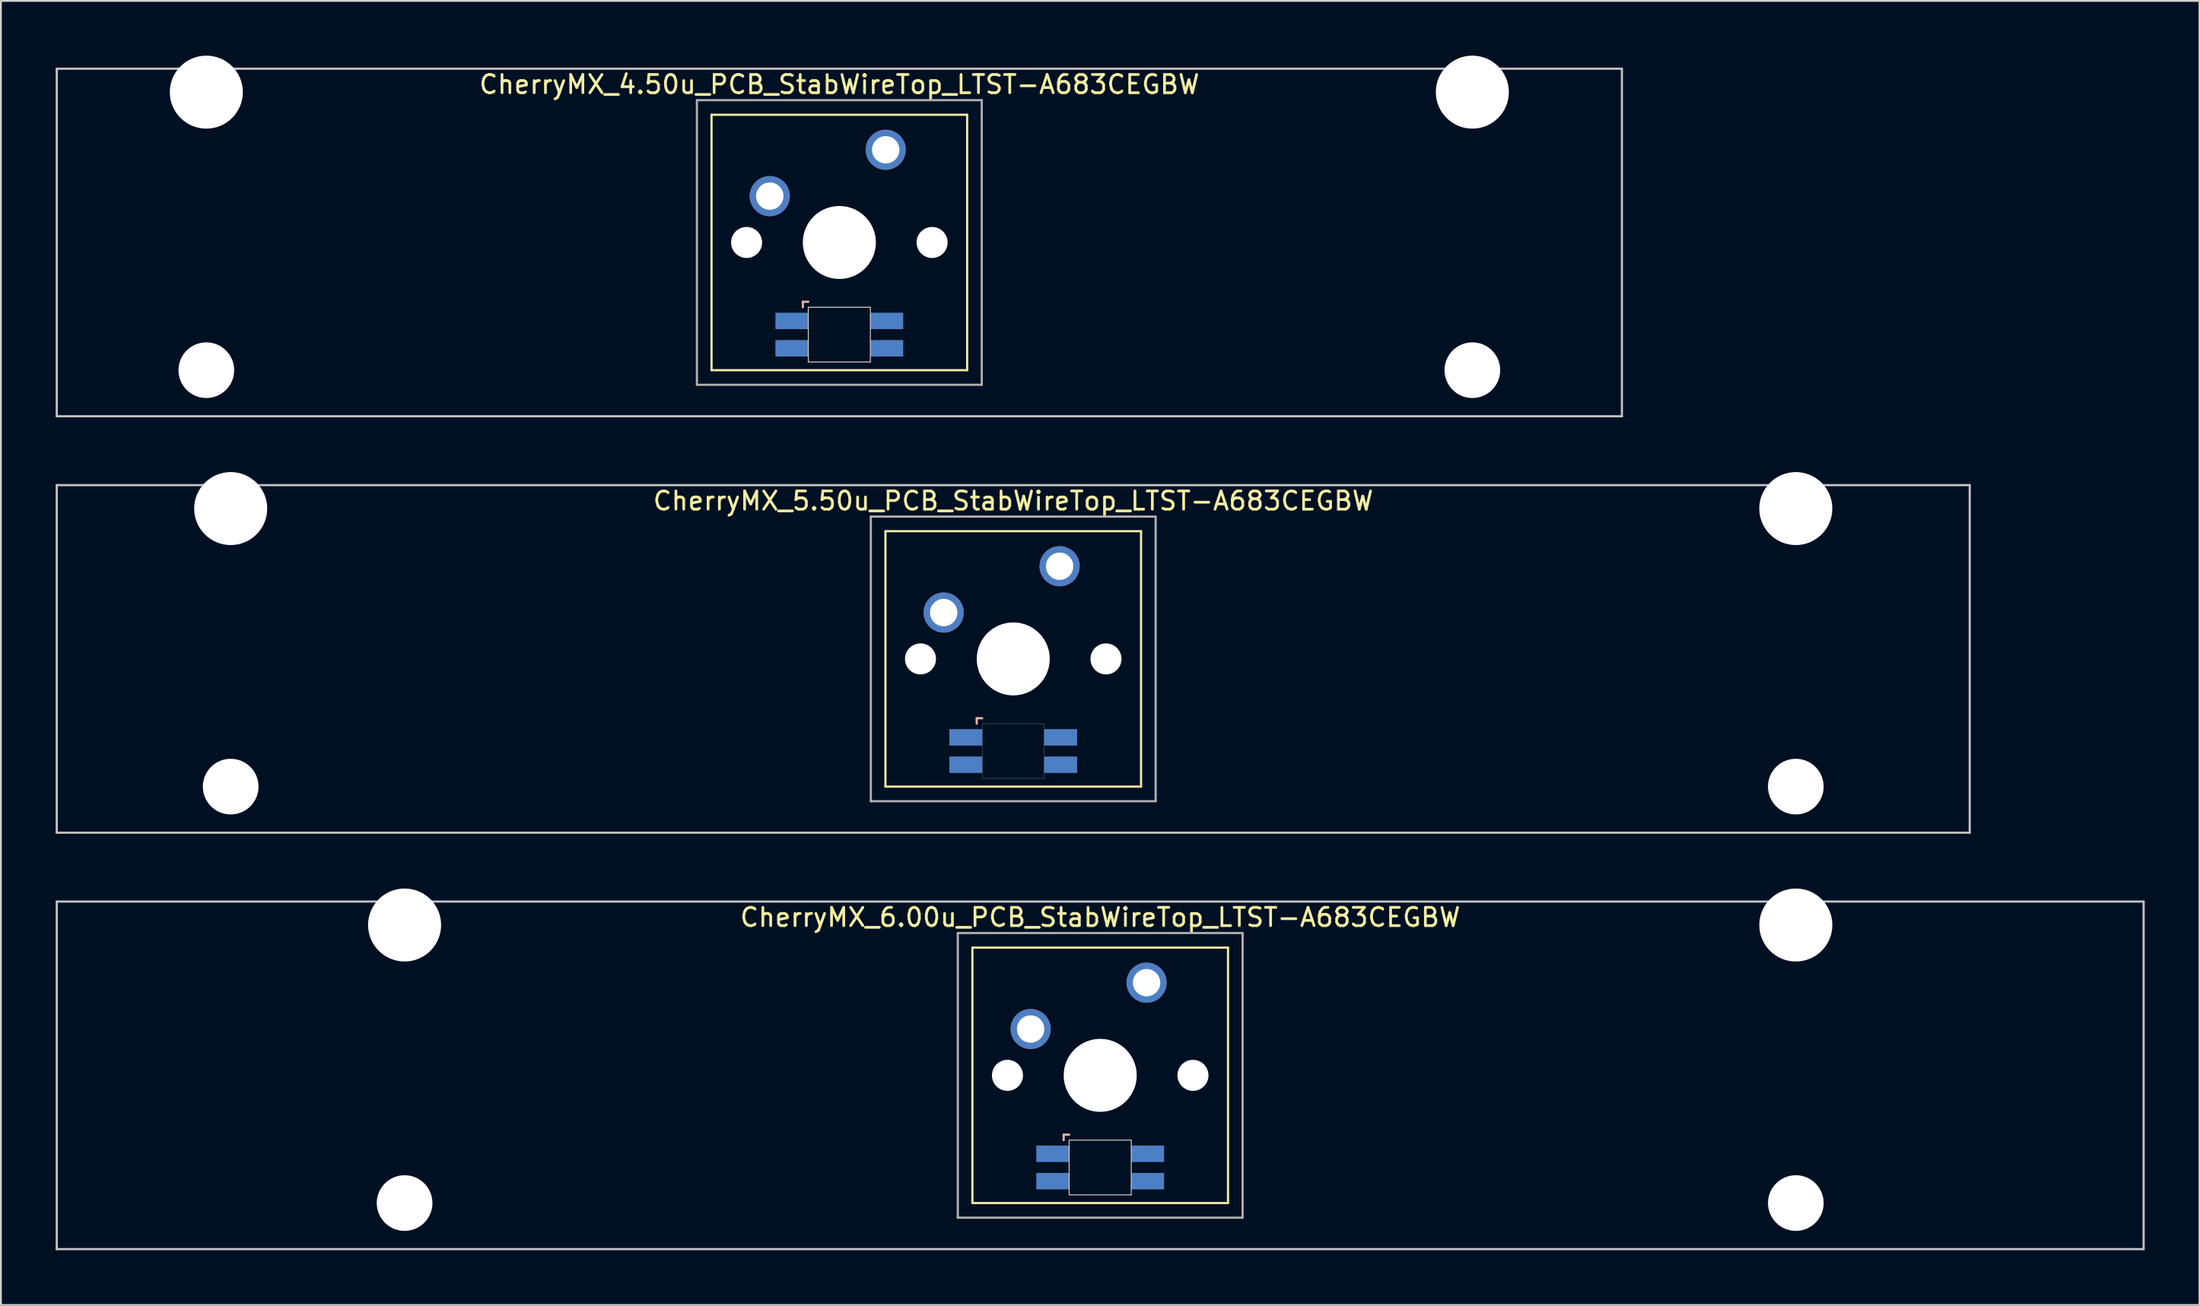
<source format=kicad_pcb>
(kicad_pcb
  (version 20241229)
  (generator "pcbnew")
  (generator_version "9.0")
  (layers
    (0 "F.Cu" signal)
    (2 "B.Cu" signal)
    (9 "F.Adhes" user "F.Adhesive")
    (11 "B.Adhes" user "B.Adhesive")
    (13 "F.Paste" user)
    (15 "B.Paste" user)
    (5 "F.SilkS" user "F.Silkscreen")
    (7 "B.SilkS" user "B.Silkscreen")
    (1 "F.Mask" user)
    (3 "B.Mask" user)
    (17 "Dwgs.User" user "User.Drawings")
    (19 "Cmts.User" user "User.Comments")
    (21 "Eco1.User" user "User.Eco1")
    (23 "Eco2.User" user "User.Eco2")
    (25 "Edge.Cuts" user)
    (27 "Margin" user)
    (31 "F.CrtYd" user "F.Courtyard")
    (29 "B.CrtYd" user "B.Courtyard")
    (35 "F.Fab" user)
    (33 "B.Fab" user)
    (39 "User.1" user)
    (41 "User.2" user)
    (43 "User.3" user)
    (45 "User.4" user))
  (footprint "CherryMX_6.00u_PCB_StabWireTop_LTST-A683CEGBW"
    (layer "F.Cu")
    (at 57.21 55.89)
    (property "Reference" "CherryMX_6.00u_PCB_StabWireTop_LTST-A683CEGBW" (at 0 -8.662 0) (layer "F.SilkS") (effects (font (size 1 1) (thickness 0.15))))
    (attr through_hole)
    (fp_line (start -7 -7) (end -7 7) (stroke (width 0.12) (type solid)) (layer "F.SilkS"))
    (fp_line (start -7 -7) (end 7 -7) (stroke (width 0.12) (type solid)) (layer "F.SilkS"))
    (fp_line (start 7 -7) (end 7 7) (stroke (width 0.12) (type solid)) (layer "F.SilkS"))
    (fp_line (start 7 7) (end -7 7) (stroke (width 0.12) (type solid)) (layer "F.SilkS"))
    (fp_line (start -2 3.25) (end -2 3.55) (stroke (width 0.12) (type solid)) (layer "B.SilkS"))
    (fp_line (start -1.7 3.25) (end -2 3.25) (stroke (width 0.12) (type solid)) (layer "B.SilkS"))
    (fp_line (start -57.15 -9.525) (end 57.15 -9.525) (stroke (width 0.12) (type solid)) (layer "Dwgs.User"))
    (fp_line (start -57.15 9.525) (end -57.15 -9.525) (stroke (width 0.12) (type solid)) (layer "Dwgs.User"))
    (fp_line (start 57.15 -9.525) (end 57.15 9.525) (stroke (width 0.12) (type solid)) (layer "Dwgs.User"))
    (fp_line (start 57.15 9.525) (end -57.15 9.525) (stroke (width 0.12) (type solid)) (layer "Dwgs.User"))
    (fp_line (start -1.7 3.55) (end 1.7 3.55) (stroke (width 0.05) (type solid)) (layer "Edge.Cuts"))
    (fp_line (start -1.7 6.55) (end -1.7 3.55) (stroke (width 0.05) (type solid)) (layer "Edge.Cuts"))
    (fp_line (start 1.7 3.55) (end 1.7 6.55) (stroke (width 0.05) (type solid)) (layer "Edge.Cuts"))
    (fp_line (start 1.7 6.55) (end -1.7 6.55) (stroke (width 0.05) (type solid)) (layer "Edge.Cuts"))
    (fp_line (start -7.8 -7.8) (end -7.8 7.8) (stroke (width 0.12) (type solid)) (layer "F.Fab"))
    (fp_line (start -7.8 -7.8) (end 7.8 -7.8) (stroke (width 0.12) (type solid)) (layer "F.Fab"))
    (fp_line (start -7.8 7.8) (end 7.8 7.8) (stroke (width 0.12) (type solid)) (layer "F.Fab"))
    (fp_line (start 7.8 -7.8) (end 7.8 7.8) (stroke (width 0.12) (type solid)) (layer "F.Fab"))
    (pad "" np_thru_hole circle (at -38.1 -8.24) (size 4 4) (drill 4) (layers "*.Cu" "*.Mask"))
    (pad "" np_thru_hole circle (at -38.1 7) (size 3.05 3.05) (drill 3.05) (layers "*.Cu" "*.Mask"))
    (pad "" np_thru_hole circle (at -5.08 0) (size 1.7 1.7) (drill 1.7) (layers "*.Cu" "*.Mask"))
    (pad "" np_thru_hole circle (at 0 0) (size 4 4) (drill 4) (layers "*.Cu" "*.Mask"))
    (pad "" np_thru_hole circle (at 5.08 0) (size 1.7 1.7) (drill 1.7) (layers "*.Cu" "*.Mask"))
    (pad "" np_thru_hole circle (at 38.1 -8.24) (size 4 4) (drill 4) (layers "*.Cu" "*.Mask"))
    (pad "" np_thru_hole circle (at 38.1 7) (size 3.05 3.05) (drill 3.05) (layers "*.Cu" "*.Mask"))
    (pad "1" thru_hole circle (at -3.81 -2.54) (size 2.2 2.2) (drill 1.5) (layers "*.Cu" "*.Mask"))
    (pad "2" thru_hole circle (at 2.54 -5.08) (size 2.2 2.2) (drill 1.5) (layers "*.Cu" "*.Mask"))
    (pad "3" smd rect (at -2.6 4.3) (size 1.8 0.9) (layers "B.Cu" "B.Mask" "B.Paste"))
    (pad "4" smd rect (at -2.6 5.8) (size 1.8 0.9) (layers "B.Cu" "B.Mask" "B.Paste"))
    (pad "5" smd rect (at 2.6 4.3) (size 1.8 0.9) (layers "B.Cu" "B.Mask" "B.Paste"))
    (pad "6" smd rect (at 2.6 5.8) (size 1.8 0.9) (layers "B.Cu" "B.Mask" "B.Paste")))
  (footprint "CherryMX_5.50u_PCB_StabWireTop_LTST-A683CEGBW"
    (layer "F.Cu")
    (at 52.447 33.065)
    (property "Reference" "CherryMX_5.50u_PCB_StabWireTop_LTST-A683CEGBW" (at 0 -8.662 0) (layer "F.SilkS") (effects (font (size 1 1) (thickness 0.15))))
    (attr through_hole)
    (fp_line (start -7 -7) (end -7 7) (stroke (width 0.12) (type solid)) (layer "F.SilkS"))
    (fp_line (start -7 -7) (end 7 -7) (stroke (width 0.12) (type solid)) (layer "F.SilkS"))
    (fp_line (start 7 -7) (end 7 7) (stroke (width 0.12) (type solid)) (layer "F.SilkS"))
    (fp_line (start 7 7) (end -7 7) (stroke (width 0.12) (type solid)) (layer "F.SilkS"))
    (fp_line (start -2 3.25) (end -2 3.55) (stroke (width 0.12) (type solid)) (layer "B.SilkS"))
    (fp_line (start -1.7 3.25) (end -2 3.25) (stroke (width 0.12) (type solid)) (layer "B.SilkS"))
    (fp_line (start -52.388 -9.525) (end 52.388 -9.525) (stroke (width 0.12) (type solid)) (layer "Dwgs.User"))
    (fp_line (start -52.388 9.525) (end -52.388 -9.525) (stroke (width 0.12) (type solid)) (layer "Dwgs.User"))
    (fp_line (start 52.388 -9.525) (end 52.388 9.525) (stroke (width 0.12) (type solid)) (layer "Dwgs.User"))
    (fp_line (start 52.388 9.525) (end -52.388 9.525) (stroke (width 0.12) (type solid)) (layer "Dwgs.User"))
    (fp_poly (pts (xy 1.7 6.55) (xy -1.7 6.55) (xy -1.7 3.55) (xy 1.7 3.55)) (stroke (width 0.01) (type solid)) (fill no) (layer "Edge.Cuts"))
    (fp_line (start -7.8 -7.8) (end -7.8 7.8) (stroke (width 0.12) (type solid)) (layer "F.Fab"))
    (fp_line (start -7.8 -7.8) (end 7.8 -7.8) (stroke (width 0.12) (type solid)) (layer "F.Fab"))
    (fp_line (start -7.8 7.8) (end 7.8 7.8) (stroke (width 0.12) (type solid)) (layer "F.Fab"))
    (fp_line (start 7.8 -7.8) (end 7.8 7.8) (stroke (width 0.12) (type solid)) (layer "F.Fab"))
    (pad "" np_thru_hole circle (at -42.862 -8.24) (size 4 4) (drill 4) (layers "*.Cu" "*.Mask"))
    (pad "" np_thru_hole circle (at -42.862 7) (size 3.05 3.05) (drill 3.05) (layers "*.Cu" "*.Mask"))
    (pad "" np_thru_hole circle (at -5.08 0) (size 1.7 1.7) (drill 1.7) (layers "*.Cu" "*.Mask"))
    (pad "" np_thru_hole circle (at 0 0) (size 4 4) (drill 4) (layers "*.Cu" "*.Mask"))
    (pad "" np_thru_hole circle (at 5.08 0) (size 1.7 1.7) (drill 1.7) (layers "*.Cu" "*.Mask"))
    (pad "" np_thru_hole circle (at 42.862 -8.24) (size 4 4) (drill 4) (layers "*.Cu" "*.Mask"))
    (pad "" np_thru_hole circle (at 42.862 7) (size 3.05 3.05) (drill 3.05) (layers "*.Cu" "*.Mask"))
    (pad "1" thru_hole circle (at -3.81 -2.54) (size 2.2 2.2) (drill 1.5) (layers "*.Cu" "*.Mask"))
    (pad "2" thru_hole circle (at 2.54 -5.08) (size 2.2 2.2) (drill 1.5) (layers "*.Cu" "*.Mask"))
    (pad "3" smd rect (at -2.6 4.3) (size 1.8 0.9) (layers "B.Cu" "B.Mask" "B.Paste"))
    (pad "4" smd rect (at -2.6 5.8) (size 1.8 0.9) (layers "B.Cu" "B.Mask" "B.Paste"))
    (pad "5" smd rect (at 2.6 4.3) (size 1.8 0.9) (layers "B.Cu" "B.Mask" "B.Paste"))
    (pad "6" smd rect (at 2.6 5.8) (size 1.8 0.9) (layers "B.Cu" "B.Mask" "B.Paste")))
  (footprint "CherryMX_4.50u_PCB_StabWireTop_LTST-A683CEGBW"
    (layer "F.Cu")
    (at 42.922 10.24)
    (property "Reference" "CherryMX_4.50u_PCB_StabWireTop_LTST-A683CEGBW" (at 0 -8.662 0) (layer "F.SilkS") (effects (font (size 1 1) (thickness 0.15))))
    (attr through_hole)
    (fp_line (start -7 -7) (end -7 7) (stroke (width 0.12) (type solid)) (layer "F.SilkS"))
    (fp_line (start -7 -7) (end 7 -7) (stroke (width 0.12) (type solid)) (layer "F.SilkS"))
    (fp_line (start 7 -7) (end 7 7) (stroke (width 0.12) (type solid)) (layer "F.SilkS"))
    (fp_line (start 7 7) (end -7 7) (stroke (width 0.12) (type solid)) (layer "F.SilkS"))
    (fp_line (start -2 3.25) (end -2 3.55) (stroke (width 0.12) (type solid)) (layer "B.SilkS"))
    (fp_line (start -1.7 3.25) (end -2 3.25) (stroke (width 0.12) (type solid)) (layer "B.SilkS"))
    (fp_line (start -42.862 -9.525) (end 42.862 -9.525) (stroke (width 0.12) (type solid)) (layer "Dwgs.User"))
    (fp_line (start -42.862 9.525) (end -42.862 -9.525) (stroke (width 0.12) (type solid)) (layer "Dwgs.User"))
    (fp_line (start 42.862 -9.525) (end 42.862 9.525) (stroke (width 0.12) (type solid)) (layer "Dwgs.User"))
    (fp_line (start 42.862 9.525) (end -42.862 9.525) (stroke (width 0.12) (type solid)) (layer "Dwgs.User"))
    (fp_line (start -1.7 3.55) (end 1.7 3.55) (stroke (width 0.05) (type solid)) (layer "Edge.Cuts"))
    (fp_line (start -1.7 6.55) (end -1.7 3.55) (stroke (width 0.05) (type solid)) (layer "Edge.Cuts"))
    (fp_line (start 1.7 3.55) (end 1.7 6.55) (stroke (width 0.05) (type solid)) (layer "Edge.Cuts"))
    (fp_line (start 1.7 6.55) (end -1.7 6.55) (stroke (width 0.05) (type solid)) (layer "Edge.Cuts"))
    (fp_line (start -7.8 -7.8) (end -7.8 7.8) (stroke (width 0.12) (type solid)) (layer "F.Fab"))
    (fp_line (start -7.8 -7.8) (end 7.8 -7.8) (stroke (width 0.12) (type solid)) (layer "F.Fab"))
    (fp_line (start -7.8 7.8) (end 7.8 7.8) (stroke (width 0.12) (type solid)) (layer "F.Fab"))
    (fp_line (start 7.8 -7.8) (end 7.8 7.8) (stroke (width 0.12) (type solid)) (layer "F.Fab"))
    (pad "" np_thru_hole circle (at -34.671 -8.24) (size 4 4) (drill 4) (layers "*.Cu" "*.Mask"))
    (pad "" np_thru_hole circle (at -34.671 7) (size 3.05 3.05) (drill 3.05) (layers "*.Cu" "*.Mask"))
    (pad "" np_thru_hole circle (at -5.08 0) (size 1.7 1.7) (drill 1.7) (layers "*.Cu" "*.Mask"))
    (pad "" np_thru_hole circle (at 0 0) (size 4 4) (drill 4) (layers "*.Cu" "*.Mask"))
    (pad "" np_thru_hole circle (at 5.08 0) (size 1.7 1.7) (drill 1.7) (layers "*.Cu" "*.Mask"))
    (pad "" np_thru_hole circle (at 34.671 -8.24) (size 4 4) (drill 4) (layers "*.Cu" "*.Mask"))
    (pad "" np_thru_hole circle (at 34.671 7) (size 3.05 3.05) (drill 3.05) (layers "*.Cu" "*.Mask"))
    (pad "1" thru_hole circle (at -3.81 -2.54) (size 2.2 2.2) (drill 1.5) (layers "*.Cu" "*.Mask"))
    (pad "2" thru_hole circle (at 2.54 -5.08) (size 2.2 2.2) (drill 1.5) (layers "*.Cu" "*.Mask"))
    (pad "3" smd rect (at -2.6 4.3) (size 1.8 0.9) (layers "B.Cu" "B.Mask" "B.Paste"))
    (pad "4" smd rect (at -2.6 5.8) (size 1.8 0.9) (layers "B.Cu" "B.Mask" "B.Paste"))
    (pad "5" smd rect (at 2.6 4.3) (size 1.8 0.9) (layers "B.Cu" "B.Mask" "B.Paste"))
    (pad "6" smd rect (at 2.6 5.8) (size 1.8 0.9) (layers "B.Cu" "B.Mask" "B.Paste")))
  (gr_rect
    (start -3 -3)
    (end 117.42 68.475)
    (stroke (width 0.1) (type default))
    (fill no)
    (layer "Edge.Cuts")))
</source>
